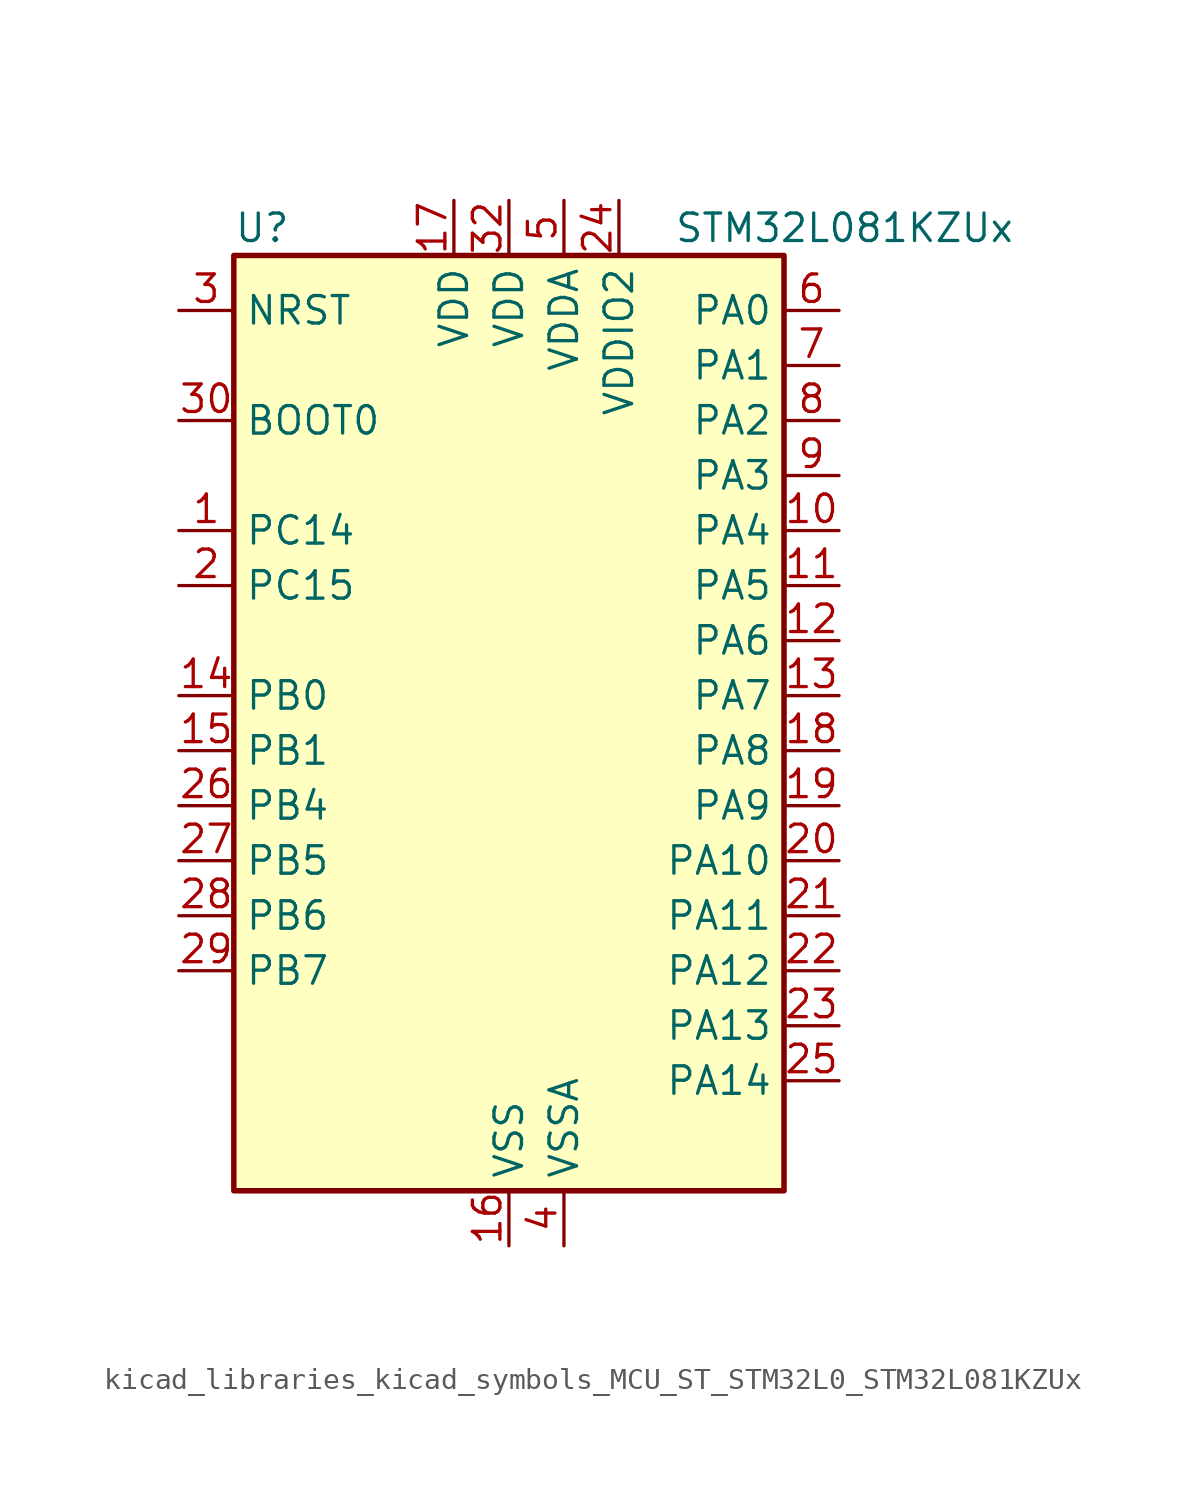
<source format=kicad_sym>
(kicad_symbol_lib
  (version 20220914)
  (generator kicad_symbol_editor)
  (symbol "kicad_libraries_kicad_symbols_MCU_ST_STM32L0_STM32L081KZUx"
    (property "Reference" "U"
      (at -12.7 24.13 0)
      (effects (font (size 1.27 1.27)) (justify left)))
    (property "Value" "STM32L081KZUx"
      (at 7.62 24.13 0)
      (effects (font (size 1.27 1.27)) (justify left)))
    (property "ki_locked" ""
      (at 0 0 0)
      (effects (font (size 1.27 1.27))))
    (symbol "kicad_libraries_kicad_symbols_MCU_ST_STM32L0_STM32L081KZUx_0_1"
      (rectangle (start -12.7 -20.32) (end 12.7 22.86) (stroke (width 0.254) (type default)) (fill (type background))))
    (symbol "kicad_libraries_kicad_symbols_MCU_ST_STM32L0_STM32L081KZUx_1_1"
      (pin bidirectional line (at -15.24 10.16 0) (length 2.54) (name "PC14" (effects (font (size 1.27 1.27)))) (number "1" (effects (font (size 1.27 1.27)))) (alternate "RCC_OSC32_IN" bidirectional line))
      (pin bidirectional line (at 15.24 10.16 180) (length 2.54) (name "PA4" (effects (font (size 1.27 1.27)))) (number "10" (effects (font (size 1.27 1.27)))) (alternate "ADC_IN4" bidirectional line) (alternate "COMP1_INM" bidirectional line) (alternate "COMP2_INM" bidirectional line) (alternate "SPI1_NSS" bidirectional line) (alternate "TIM22_ETR" bidirectional line) (alternate "USART2_CK" bidirectional line))
      (pin bidirectional line (at 15.24 7.62 180) (length 2.54) (name "PA5" (effects (font (size 1.27 1.27)))) (number "11" (effects (font (size 1.27 1.27)))) (alternate "ADC_IN5" bidirectional line) (alternate "COMP1_INM" bidirectional line) (alternate "COMP2_INM" bidirectional line) (alternate "SPI1_SCK" bidirectional line) (alternate "TIM2_CH1" bidirectional line) (alternate "TIM2_ETR" bidirectional line))
      (pin bidirectional line (at 15.24 5.08 180) (length 2.54) (name "PA6" (effects (font (size 1.27 1.27)))) (number "12" (effects (font (size 1.27 1.27)))) (alternate "ADC_IN6" bidirectional line) (alternate "COMP1_OUT" bidirectional line) (alternate "LPUART1_CTS" bidirectional line) (alternate "SPI1_MISO" bidirectional line) (alternate "TIM22_CH1" bidirectional line) (alternate "TIM3_CH1" bidirectional line))
      (pin bidirectional line (at 15.24 2.54 180) (length 2.54) (name "PA7" (effects (font (size 1.27 1.27)))) (number "13" (effects (font (size 1.27 1.27)))) (alternate "ADC_IN7" bidirectional line) (alternate "COMP2_OUT" bidirectional line) (alternate "SPI1_MOSI" bidirectional line) (alternate "TIM22_CH2" bidirectional line) (alternate "TIM3_CH2" bidirectional line))
      (pin bidirectional line (at -15.24 2.54 0) (length 2.54) (name "PB0" (effects (font (size 1.27 1.27)))) (number "14" (effects (font (size 1.27 1.27)))) (alternate "ADC_IN8" bidirectional line) (alternate "SYS_VREF_OUT_PB0" bidirectional line) (alternate "TIM3_CH3" bidirectional line))
      (pin bidirectional line (at -15.24 0 0) (length 2.54) (name "PB1" (effects (font (size 1.27 1.27)))) (number "15" (effects (font (size 1.27 1.27)))) (alternate "ADC_IN9" bidirectional line) (alternate "LPUART1_DE" bidirectional line) (alternate "LPUART1_RTS" bidirectional line) (alternate "SYS_VREF_OUT_PB1" bidirectional line) (alternate "TIM3_CH4" bidirectional line))
      (pin power_in line (at 0 -22.86 90) (length 2.54) (name "VSS" (effects (font (size 1.27 1.27)))) (number "16" (effects (font (size 1.27 1.27)))))
      (pin power_in line (at -2.54 25.4 270) (length 2.54) (name "VDD" (effects (font (size 1.27 1.27)))) (number "17" (effects (font (size 1.27 1.27)))))
      (pin bidirectional line (at 15.24 0 180) (length 2.54) (name "PA8" (effects (font (size 1.27 1.27)))) (number "18" (effects (font (size 1.27 1.27)))) (alternate "I2C3_SCL" bidirectional line) (alternate "RCC_MCO" bidirectional line) (alternate "USART1_CK" bidirectional line))
      (pin bidirectional line (at 15.24 -2.54 180) (length 2.54) (name "PA9" (effects (font (size 1.27 1.27)))) (number "19" (effects (font (size 1.27 1.27)))) (alternate "I2C1_SCL" bidirectional line) (alternate "I2C3_SMBA" bidirectional line) (alternate "RCC_MCO" bidirectional line) (alternate "USART1_TX" bidirectional line))
      (pin bidirectional line (at -15.24 7.62 0) (length 2.54) (name "PC15" (effects (font (size 1.27 1.27)))) (number "2" (effects (font (size 1.27 1.27)))) (alternate "RCC_OSC32_OUT" bidirectional line))
      (pin bidirectional line (at 15.24 -5.08 180) (length 2.54) (name "PA10" (effects (font (size 1.27 1.27)))) (number "20" (effects (font (size 1.27 1.27)))) (alternate "I2C1_SDA" bidirectional line) (alternate "USART1_RX" bidirectional line))
      (pin bidirectional line (at 15.24 -7.62 180) (length 2.54) (name "PA11" (effects (font (size 1.27 1.27)))) (number "21" (effects (font (size 1.27 1.27)))) (alternate "ADC_EXTI11" bidirectional line) (alternate "COMP1_OUT" bidirectional line) (alternate "SPI1_MISO" bidirectional line) (alternate "USART1_CTS" bidirectional line))
      (pin bidirectional line (at 15.24 -10.16 180) (length 2.54) (name "PA12" (effects (font (size 1.27 1.27)))) (number "22" (effects (font (size 1.27 1.27)))) (alternate "COMP2_OUT" bidirectional line) (alternate "SPI1_MOSI" bidirectional line) (alternate "USART1_DE" bidirectional line) (alternate "USART1_RTS" bidirectional line))
      (pin bidirectional line (at 15.24 -12.7 180) (length 2.54) (name "PA13" (effects (font (size 1.27 1.27)))) (number "23" (effects (font (size 1.27 1.27)))) (alternate "LPUART1_RX" bidirectional line) (alternate "SYS_SWDIO" bidirectional line))
      (pin power_in line (at 5.08 25.4 270) (length 2.54) (name "VDDIO2" (effects (font (size 1.27 1.27)))) (number "24" (effects (font (size 1.27 1.27)))))
      (pin bidirectional line (at 15.24 -15.24 180) (length 2.54) (name "PA14" (effects (font (size 1.27 1.27)))) (number "25" (effects (font (size 1.27 1.27)))) (alternate "LPUART1_TX" bidirectional line) (alternate "SYS_SWCLK" bidirectional line) (alternate "USART2_TX" bidirectional line))
      (pin bidirectional line (at -15.24 -2.54 0) (length 2.54) (name "PB4" (effects (font (size 1.27 1.27)))) (number "26" (effects (font (size 1.27 1.27)))) (alternate "COMP2_INP" bidirectional line) (alternate "I2C3_SDA" bidirectional line) (alternate "SPI1_MISO" bidirectional line) (alternate "TIM22_CH1" bidirectional line) (alternate "TIM3_CH1" bidirectional line) (alternate "USART1_CTS" bidirectional line))
      (pin bidirectional line (at -15.24 -5.08 0) (length 2.54) (name "PB5" (effects (font (size 1.27 1.27)))) (number "27" (effects (font (size 1.27 1.27)))) (alternate "COMP2_INP" bidirectional line) (alternate "I2C1_SMBA" bidirectional line) (alternate "LPTIM1_IN1" bidirectional line) (alternate "SPI1_MOSI" bidirectional line) (alternate "TIM22_CH2" bidirectional line) (alternate "TIM3_CH2" bidirectional line) (alternate "USART1_CK" bidirectional line))
      (pin bidirectional line (at -15.24 -7.62 0) (length 2.54) (name "PB6" (effects (font (size 1.27 1.27)))) (number "28" (effects (font (size 1.27 1.27)))) (alternate "COMP2_INP" bidirectional line) (alternate "I2C1_SCL" bidirectional line) (alternate "LPTIM1_ETR" bidirectional line) (alternate "USART1_TX" bidirectional line))
      (pin bidirectional line (at -15.24 -10.16 0) (length 2.54) (name "PB7" (effects (font (size 1.27 1.27)))) (number "29" (effects (font (size 1.27 1.27)))) (alternate "COMP2_INP" bidirectional line) (alternate "I2C1_SDA" bidirectional line) (alternate "LPTIM1_IN2" bidirectional line) (alternate "SYS_PVD_IN" bidirectional line) (alternate "USART1_RX" bidirectional line) (alternate "USART4_CTS" bidirectional line))
      (pin input line (at -15.24 20.32 0) (length 2.54) (name "NRST" (effects (font (size 1.27 1.27)))) (number "3" (effects (font (size 1.27 1.27)))))
      (pin input line (at -15.24 15.24 0) (length 2.54) (name "BOOT0" (effects (font (size 1.27 1.27)))) (number "30" (effects (font (size 1.27 1.27)))))
      (pin passive line (at 0 -22.86 90) (length 2.54) hide (name "VSS" (effects (font (size 1.27 1.27)))) (number "31" (effects (font (size 1.27 1.27)))))
      (pin power_in line (at 0 25.4 270) (length 2.54) (name "VDD" (effects (font (size 1.27 1.27)))) (number "32" (effects (font (size 1.27 1.27)))))
      (pin passive line (at 0 -22.86 90) (length 2.54) hide (name "VSS" (effects (font (size 1.27 1.27)))) (number "33" (effects (font (size 1.27 1.27)))))
      (pin power_in line (at 2.54 -22.86 90) (length 2.54) (name "VSSA" (effects (font (size 1.27 1.27)))) (number "4" (effects (font (size 1.27 1.27)))))
      (pin power_in line (at 2.54 25.4 270) (length 2.54) (name "VDDA" (effects (font (size 1.27 1.27)))) (number "5" (effects (font (size 1.27 1.27)))))
      (pin bidirectional line (at 15.24 20.32 180) (length 2.54) (name "PA0" (effects (font (size 1.27 1.27)))) (number "6" (effects (font (size 1.27 1.27)))) (alternate "ADC_IN0" bidirectional line) (alternate "COMP1_INM" bidirectional line) (alternate "COMP1_OUT" bidirectional line) (alternate "RTC_TAMP2" bidirectional line) (alternate "SYS_WKUP1" bidirectional line) (alternate "TIM2_CH1" bidirectional line) (alternate "TIM2_ETR" bidirectional line) (alternate "USART2_CTS" bidirectional line) (alternate "USART4_TX" bidirectional line))
      (pin bidirectional line (at 15.24 17.78 180) (length 2.54) (name "PA1" (effects (font (size 1.27 1.27)))) (number "7" (effects (font (size 1.27 1.27)))) (alternate "ADC_IN1" bidirectional line) (alternate "COMP1_INP" bidirectional line) (alternate "TIM21_ETR" bidirectional line) (alternate "TIM2_CH2" bidirectional line) (alternate "USART2_DE" bidirectional line) (alternate "USART2_RTS" bidirectional line) (alternate "USART4_RX" bidirectional line))
      (pin bidirectional line (at 15.24 15.24 180) (length 2.54) (name "PA2" (effects (font (size 1.27 1.27)))) (number "8" (effects (font (size 1.27 1.27)))) (alternate "ADC_IN2" bidirectional line) (alternate "COMP2_INM" bidirectional line) (alternate "COMP2_OUT" bidirectional line) (alternate "LPUART1_TX" bidirectional line) (alternate "TIM21_CH1" bidirectional line) (alternate "TIM2_CH3" bidirectional line) (alternate "USART2_TX" bidirectional line))
      (pin bidirectional line (at 15.24 12.7 180) (length 2.54) (name "PA3" (effects (font (size 1.27 1.27)))) (number "9" (effects (font (size 1.27 1.27)))) (alternate "ADC_IN3" bidirectional line) (alternate "COMP2_INP" bidirectional line) (alternate "LPUART1_RX" bidirectional line) (alternate "TIM21_CH2" bidirectional line) (alternate "TIM2_CH4" bidirectional line) (alternate "USART2_RX" bidirectional line)))))
</source>
